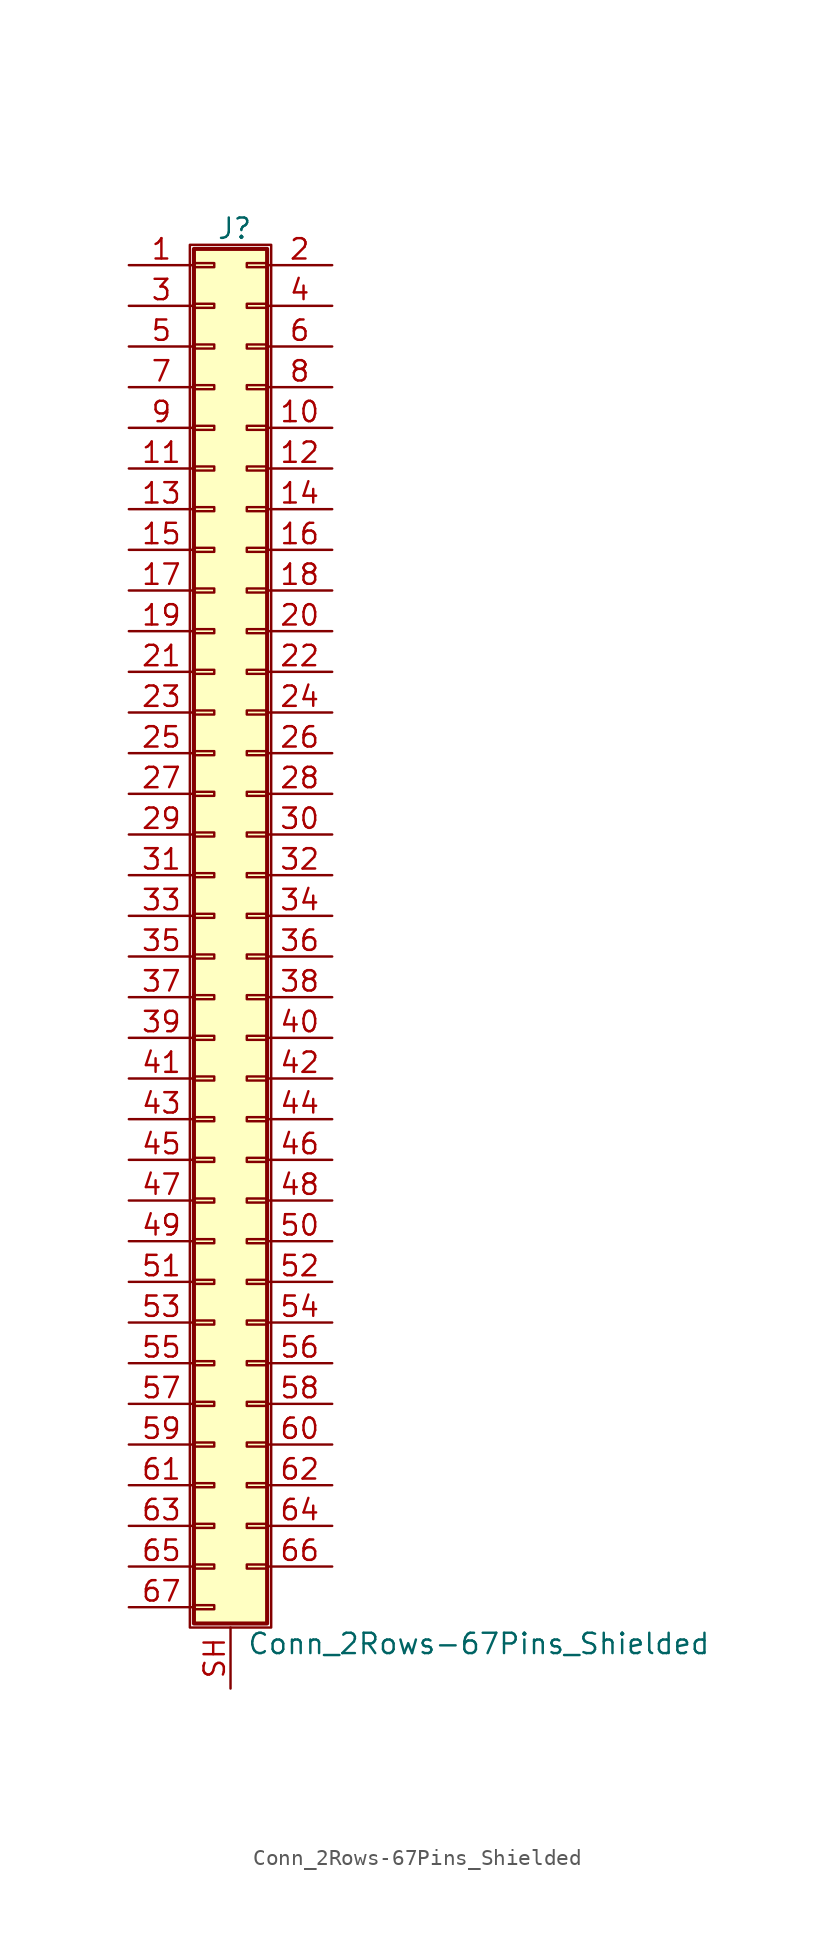
<source format=kicad_sym>
(kicad_symbol_lib
  (version 20201005)
  (generator kicad_symbol_editor)
  (symbol "Connector_Generic_Shielded:Conn_2Rows-67Pins_Shielded"
    (pin_names
      (offset 1.016) hide)
    (property "Reference" "J"
      (at 1.524 42.926 0)
      (effects (font (size 1.27 1.27))))
    (property "Value" "Conn_2Rows-67Pins_Shielded"
      (at 2.286 -45.466 0)
      (effects (font (size 1.27 1.27)) (justify left)))
    (symbol "Conn_2Rows-67Pins_Shielded_1_1"
      (rectangle (start -1.016 -27.813) (end 0.254 -28.067) (stroke (width 0.152)) (fill (type none)))
      (rectangle (start -1.016 -30.353) (end 0.254 -30.607) (stroke (width 0.152)) (fill (type none)))
      (rectangle (start -1.016 -32.893) (end 0.254 -33.147) (stroke (width 0.152)) (fill (type none)))
      (rectangle (start -1.016 -35.433) (end 0.254 -35.687) (stroke (width 0.152)) (fill (type none)))
      (rectangle (start -1.016 -37.973) (end 0.254 -38.227) (stroke (width 0.152)) (fill (type none)))
      (rectangle (start -1.016 -40.513) (end 0.254 -40.767) (stroke (width 0.152)) (fill (type none)))
      (rectangle (start -1.016 -43.053) (end 0.254 -43.307) (stroke (width 0.152)) (fill (type none)))
      (rectangle (start -1.016 -4.953) (end 0.254 -5.207) (stroke (width 0.152)) (fill (type none)))
      (rectangle (start -1.016 -7.493) (end 0.254 -7.747) (stroke (width 0.152)) (fill (type none)))
      (rectangle (start -1.016 -10.033) (end 0.254 -10.287) (stroke (width 0.152)) (fill (type none)))
      (rectangle (start -1.016 -12.573) (end 0.254 -12.827) (stroke (width 0.152)) (fill (type none)))
      (rectangle (start -1.016 -15.113) (end 0.254 -15.367) (stroke (width 0.152)) (fill (type none)))
      (rectangle (start -1.016 -17.653) (end 0.254 -17.907) (stroke (width 0.152)) (fill (type none)))
      (rectangle (start -1.016 -20.193) (end 0.254 -20.447) (stroke (width 0.152)) (fill (type none)))
      (rectangle (start -1.016 -22.733) (end 0.254 -22.987) (stroke (width 0.152)) (fill (type none)))
      (rectangle (start -1.016 -2.413) (end 0.254 -2.667) (stroke (width 0.152)) (fill (type none)))
      (rectangle (start -1.016 -25.273) (end 0.254 -25.527) (stroke (width 0.152)) (fill (type none)))
      (rectangle (start -1.016 25.527) (end 0.254 25.273) (stroke (width 0.152)) (fill (type none)))
      (rectangle (start -1.016 2.667) (end 0.254 2.413) (stroke (width 0.152)) (fill (type none)))
      (rectangle (start -1.016 28.067) (end 0.254 27.813) (stroke (width 0.152)) (fill (type none)))
      (rectangle (start -1.016 30.607) (end 0.254 30.353) (stroke (width 0.152)) (fill (type none)))
      (rectangle (start -1.016 33.147) (end 0.254 32.893) (stroke (width 0.152)) (fill (type none)))
      (rectangle (start -1.016 35.687) (end 0.254 35.433) (stroke (width 0.152)) (fill (type none)))
      (rectangle (start -1.016 38.227) (end 0.254 37.973) (stroke (width 0.152)) (fill (type none)))
      (rectangle (start -1.016 40.767) (end 0.254 40.513) (stroke (width 0.152)) (fill (type none)))
      (rectangle (start -1.016 41.656) (end 3.556 -44.196) (stroke (width 0.254)) (fill (type background)))
      (rectangle (start -1.016 5.207) (end 0.254 4.953) (stroke (width 0.152)) (fill (type none)))
      (rectangle (start -1.016 7.747) (end 0.254 7.493) (stroke (width 0.152)) (fill (type none)))
      (rectangle (start -1.016 10.287) (end 0.254 10.033) (stroke (width 0.152)) (fill (type none)))
      (rectangle (start -1.016 0.127) (end 0.254 -0.127) (stroke (width 0.152)) (fill (type none)))
      (rectangle (start -1.016 12.827) (end 0.254 12.573) (stroke (width 0.152)) (fill (type none)))
      (rectangle (start -1.016 15.367) (end 0.254 15.113) (stroke (width 0.152)) (fill (type none)))
      (rectangle (start -1.016 17.907) (end 0.254 17.653) (stroke (width 0.152)) (fill (type none)))
      (rectangle (start -1.016 20.447) (end 0.254 20.193) (stroke (width 0.152)) (fill (type none)))
      (rectangle (start -1.016 22.987) (end 0.254 22.733) (stroke (width 0.152)) (fill (type none)))
      (rectangle (start -1.27 41.91) (end 3.81 -44.45) (stroke (width 0.152)) (fill (type none)))
      (rectangle (start 3.556 -27.813) (end 2.286 -28.067) (stroke (width 0.152)) (fill (type none)))
      (rectangle (start 3.556 -30.353) (end 2.286 -30.607) (stroke (width 0.152)) (fill (type none)))
      (rectangle (start 3.556 -32.893) (end 2.286 -33.147) (stroke (width 0.152)) (fill (type none)))
      (rectangle (start 3.556 -35.433) (end 2.286 -35.687) (stroke (width 0.152)) (fill (type none)))
      (rectangle (start 3.556 -37.973) (end 2.286 -38.227) (stroke (width 0.152)) (fill (type none)))
      (rectangle (start 3.556 -40.513) (end 2.286 -40.767) (stroke (width 0.152)) (fill (type none)))
      (rectangle (start 3.556 -4.953) (end 2.286 -5.207) (stroke (width 0.152)) (fill (type none)))
      (rectangle (start 3.556 -7.493) (end 2.286 -7.747) (stroke (width 0.152)) (fill (type none)))
      (rectangle (start 3.556 -10.033) (end 2.286 -10.287) (stroke (width 0.152)) (fill (type none)))
      (rectangle (start 3.556 -12.573) (end 2.286 -12.827) (stroke (width 0.152)) (fill (type none)))
      (rectangle (start 3.556 -15.113) (end 2.286 -15.367) (stroke (width 0.152)) (fill (type none)))
      (rectangle (start 3.556 -17.653) (end 2.286 -17.907) (stroke (width 0.152)) (fill (type none)))
      (rectangle (start 3.556 -20.193) (end 2.286 -20.447) (stroke (width 0.152)) (fill (type none)))
      (rectangle (start 3.556 -22.733) (end 2.286 -22.987) (stroke (width 0.152)) (fill (type none)))
      (rectangle (start 3.556 -2.413) (end 2.286 -2.667) (stroke (width 0.152)) (fill (type none)))
      (rectangle (start 3.556 -25.273) (end 2.286 -25.527) (stroke (width 0.152)) (fill (type none)))
      (rectangle (start 3.556 25.527) (end 2.286 25.273) (stroke (width 0.152)) (fill (type none)))
      (rectangle (start 3.556 2.667) (end 2.286 2.413) (stroke (width 0.152)) (fill (type none)))
      (rectangle (start 3.556 28.067) (end 2.286 27.813) (stroke (width 0.152)) (fill (type none)))
      (rectangle (start 3.556 30.607) (end 2.286 30.353) (stroke (width 0.152)) (fill (type none)))
      (rectangle (start 3.556 33.147) (end 2.286 32.893) (stroke (width 0.152)) (fill (type none)))
      (rectangle (start 3.556 35.687) (end 2.286 35.433) (stroke (width 0.152)) (fill (type none)))
      (rectangle (start 3.556 38.227) (end 2.286 37.973) (stroke (width 0.152)) (fill (type none)))
      (rectangle (start 3.556 40.767) (end 2.286 40.513) (stroke (width 0.152)) (fill (type none)))
      (rectangle (start 3.556 5.207) (end 2.286 4.953) (stroke (width 0.152)) (fill (type none)))
      (rectangle (start 3.556 7.747) (end 2.286 7.493) (stroke (width 0.152)) (fill (type none)))
      (rectangle (start 3.556 10.287) (end 2.286 10.033) (stroke (width 0.152)) (fill (type none)))
      (rectangle (start 3.556 0.127) (end 2.286 -0.127) (stroke (width 0.152)) (fill (type none)))
      (rectangle (start 3.556 12.827) (end 2.286 12.573) (stroke (width 0.152)) (fill (type none)))
      (rectangle (start 3.556 15.367) (end 2.286 15.113) (stroke (width 0.152)) (fill (type none)))
      (rectangle (start 3.556 17.907) (end 2.286 17.653) (stroke (width 0.152)) (fill (type none)))
      (rectangle (start 3.556 20.447) (end 2.286 20.193) (stroke (width 0.152)) (fill (type none)))
      (rectangle (start 3.556 22.987) (end 2.286 22.733) (stroke (width 0.152)) (fill (type none)))
      (pin passive line (at -5.08 40.64 0) (length 4.064) (name "Pin_1" (effects (font (size 1.27 1.27)))) (number "1" (effects (font (size 1.27 1.27)))))
      (pin passive line (at 7.62 30.48 180) (length 4.064) (name "Pin_10" (effects (font (size 1.27 1.27)))) (number "10" (effects (font (size 1.27 1.27)))))
      (pin passive line (at -5.08 27.94 0) (length 4.064) (name "Pin_11" (effects (font (size 1.27 1.27)))) (number "11" (effects (font (size 1.27 1.27)))))
      (pin passive line (at 7.62 27.94 180) (length 4.064) (name "Pin_12" (effects (font (size 1.27 1.27)))) (number "12" (effects (font (size 1.27 1.27)))))
      (pin passive line (at -5.08 25.4 0) (length 4.064) (name "Pin_13" (effects (font (size 1.27 1.27)))) (number "13" (effects (font (size 1.27 1.27)))))
      (pin passive line (at 7.62 25.4 180) (length 4.064) (name "Pin_14" (effects (font (size 1.27 1.27)))) (number "14" (effects (font (size 1.27 1.27)))))
      (pin passive line (at -5.08 22.86 0) (length 4.064) (name "Pin_15" (effects (font (size 1.27 1.27)))) (number "15" (effects (font (size 1.27 1.27)))))
      (pin passive line (at 7.62 22.86 180) (length 4.064) (name "Pin_16" (effects (font (size 1.27 1.27)))) (number "16" (effects (font (size 1.27 1.27)))))
      (pin passive line (at -5.08 20.32 0) (length 4.064) (name "Pin_17" (effects (font (size 1.27 1.27)))) (number "17" (effects (font (size 1.27 1.27)))))
      (pin passive line (at 7.62 20.32 180) (length 4.064) (name "Pin_18" (effects (font (size 1.27 1.27)))) (number "18" (effects (font (size 1.27 1.27)))))
      (pin passive line (at -5.08 17.78 0) (length 4.064) (name "Pin_19" (effects (font (size 1.27 1.27)))) (number "19" (effects (font (size 1.27 1.27)))))
      (pin passive line (at 7.62 40.64 180) (length 4.064) (name "Pin_2" (effects (font (size 1.27 1.27)))) (number "2" (effects (font (size 1.27 1.27)))))
      (pin passive line (at 7.62 17.78 180) (length 4.064) (name "Pin_20" (effects (font (size 1.27 1.27)))) (number "20" (effects (font (size 1.27 1.27)))))
      (pin passive line (at -5.08 15.24 0) (length 4.064) (name "Pin_21" (effects (font (size 1.27 1.27)))) (number "21" (effects (font (size 1.27 1.27)))))
      (pin passive line (at 7.62 15.24 180) (length 4.064) (name "Pin_22" (effects (font (size 1.27 1.27)))) (number "22" (effects (font (size 1.27 1.27)))))
      (pin passive line (at -5.08 12.7 0) (length 4.064) (name "Pin_23" (effects (font (size 1.27 1.27)))) (number "23" (effects (font (size 1.27 1.27)))))
      (pin passive line (at 7.62 12.7 180) (length 4.064) (name "Pin_24" (effects (font (size 1.27 1.27)))) (number "24" (effects (font (size 1.27 1.27)))))
      (pin passive line (at -5.08 10.16 0) (length 4.064) (name "Pin_25" (effects (font (size 1.27 1.27)))) (number "25" (effects (font (size 1.27 1.27)))))
      (pin passive line (at 7.62 10.16 180) (length 4.064) (name "Pin_26" (effects (font (size 1.27 1.27)))) (number "26" (effects (font (size 1.27 1.27)))))
      (pin passive line (at -5.08 7.62 0) (length 4.064) (name "Pin_27" (effects (font (size 1.27 1.27)))) (number "27" (effects (font (size 1.27 1.27)))))
      (pin passive line (at 7.62 7.62 180) (length 4.064) (name "Pin_28" (effects (font (size 1.27 1.27)))) (number "28" (effects (font (size 1.27 1.27)))))
      (pin passive line (at -5.08 5.08 0) (length 4.064) (name "Pin_29" (effects (font (size 1.27 1.27)))) (number "29" (effects (font (size 1.27 1.27)))))
      (pin passive line (at -5.08 38.1 0) (length 4.064) (name "Pin_3" (effects (font (size 1.27 1.27)))) (number "3" (effects (font (size 1.27 1.27)))))
      (pin passive line (at 7.62 5.08 180) (length 4.064) (name "Pin_30" (effects (font (size 1.27 1.27)))) (number "30" (effects (font (size 1.27 1.27)))))
      (pin passive line (at -5.08 2.54 0) (length 4.064) (name "Pin_31" (effects (font (size 1.27 1.27)))) (number "31" (effects (font (size 1.27 1.27)))))
      (pin passive line (at 7.62 2.54 180) (length 4.064) (name "Pin_32" (effects (font (size 1.27 1.27)))) (number "32" (effects (font (size 1.27 1.27)))))
      (pin passive line (at -5.08 0 0) (length 4.064) (name "Pin_33" (effects (font (size 1.27 1.27)))) (number "33" (effects (font (size 1.27 1.27)))))
      (pin passive line (at 7.62 0 180) (length 4.064) (name "Pin_34" (effects (font (size 1.27 1.27)))) (number "34" (effects (font (size 1.27 1.27)))))
      (pin passive line (at -5.08 -2.54 0) (length 4.064) (name "Pin_35" (effects (font (size 1.27 1.27)))) (number "35" (effects (font (size 1.27 1.27)))))
      (pin passive line (at 7.62 -2.54 180) (length 4.064) (name "Pin_36" (effects (font (size 1.27 1.27)))) (number "36" (effects (font (size 1.27 1.27)))))
      (pin passive line (at -5.08 -5.08 0) (length 4.064) (name "Pin_37" (effects (font (size 1.27 1.27)))) (number "37" (effects (font (size 1.27 1.27)))))
      (pin passive line (at 7.62 -5.08 180) (length 4.064) (name "Pin_38" (effects (font (size 1.27 1.27)))) (number "38" (effects (font (size 1.27 1.27)))))
      (pin passive line (at -5.08 -7.62 0) (length 4.064) (name "Pin_39" (effects (font (size 1.27 1.27)))) (number "39" (effects (font (size 1.27 1.27)))))
      (pin passive line (at 7.62 38.1 180) (length 4.064) (name "Pin_4" (effects (font (size 1.27 1.27)))) (number "4" (effects (font (size 1.27 1.27)))))
      (pin passive line (at 7.62 -7.62 180) (length 4.064) (name "Pin_40" (effects (font (size 1.27 1.27)))) (number "40" (effects (font (size 1.27 1.27)))))
      (pin passive line (at -5.08 -10.16 0) (length 4.064) (name "Pin_41" (effects (font (size 1.27 1.27)))) (number "41" (effects (font (size 1.27 1.27)))))
      (pin passive line (at 7.62 -10.16 180) (length 4.064) (name "Pin_42" (effects (font (size 1.27 1.27)))) (number "42" (effects (font (size 1.27 1.27)))))
      (pin passive line (at -5.08 -12.7 0) (length 4.064) (name "Pin_43" (effects (font (size 1.27 1.27)))) (number "43" (effects (font (size 1.27 1.27)))))
      (pin passive line (at 7.62 -12.7 180) (length 4.064) (name "Pin_44" (effects (font (size 1.27 1.27)))) (number "44" (effects (font (size 1.27 1.27)))))
      (pin passive line (at -5.08 -15.24 0) (length 4.064) (name "Pin_45" (effects (font (size 1.27 1.27)))) (number "45" (effects (font (size 1.27 1.27)))))
      (pin passive line (at 7.62 -15.24 180) (length 4.064) (name "Pin_46" (effects (font (size 1.27 1.27)))) (number "46" (effects (font (size 1.27 1.27)))))
      (pin passive line (at -5.08 -17.78 0) (length 4.064) (name "Pin_47" (effects (font (size 1.27 1.27)))) (number "47" (effects (font (size 1.27 1.27)))))
      (pin passive line (at 7.62 -17.78 180) (length 4.064) (name "Pin_48" (effects (font (size 1.27 1.27)))) (number "48" (effects (font (size 1.27 1.27)))))
      (pin passive line (at -5.08 -20.32 0) (length 4.064) (name "Pin_49" (effects (font (size 1.27 1.27)))) (number "49" (effects (font (size 1.27 1.27)))))
      (pin passive line (at -5.08 35.56 0) (length 4.064) (name "Pin_5" (effects (font (size 1.27 1.27)))) (number "5" (effects (font (size 1.27 1.27)))))
      (pin passive line (at 7.62 -20.32 180) (length 4.064) (name "Pin_50" (effects (font (size 1.27 1.27)))) (number "50" (effects (font (size 1.27 1.27)))))
      (pin passive line (at -5.08 -22.86 0) (length 4.064) (name "Pin_51" (effects (font (size 1.27 1.27)))) (number "51" (effects (font (size 1.27 1.27)))))
      (pin passive line (at 7.62 -22.86 180) (length 4.064) (name "Pin_52" (effects (font (size 1.27 1.27)))) (number "52" (effects (font (size 1.27 1.27)))))
      (pin passive line (at -5.08 -25.4 0) (length 4.064) (name "Pin_53" (effects (font (size 1.27 1.27)))) (number "53" (effects (font (size 1.27 1.27)))))
      (pin passive line (at 7.62 -25.4 180) (length 4.064) (name "Pin_54" (effects (font (size 1.27 1.27)))) (number "54" (effects (font (size 1.27 1.27)))))
      (pin passive line (at -5.08 -27.94 0) (length 4.064) (name "Pin_55" (effects (font (size 1.27 1.27)))) (number "55" (effects (font (size 1.27 1.27)))))
      (pin passive line (at 7.62 -27.94 180) (length 4.064) (name "Pin_56" (effects (font (size 1.27 1.27)))) (number "56" (effects (font (size 1.27 1.27)))))
      (pin passive line (at -5.08 -30.48 0) (length 4.064) (name "Pin_57" (effects (font (size 1.27 1.27)))) (number "57" (effects (font (size 1.27 1.27)))))
      (pin passive line (at 7.62 -30.48 180) (length 4.064) (name "Pin_58" (effects (font (size 1.27 1.27)))) (number "58" (effects (font (size 1.27 1.27)))))
      (pin passive line (at -5.08 -33.02 0) (length 4.064) (name "Pin_59" (effects (font (size 1.27 1.27)))) (number "59" (effects (font (size 1.27 1.27)))))
      (pin passive line (at 7.62 35.56 180) (length 4.064) (name "Pin_6" (effects (font (size 1.27 1.27)))) (number "6" (effects (font (size 1.27 1.27)))))
      (pin passive line (at 7.62 -33.02 180) (length 4.064) (name "Pin_60" (effects (font (size 1.27 1.27)))) (number "60" (effects (font (size 1.27 1.27)))))
      (pin passive line (at -5.08 -35.56 0) (length 4.064) (name "Pin_61" (effects (font (size 1.27 1.27)))) (number "61" (effects (font (size 1.27 1.27)))))
      (pin passive line (at 7.62 -35.56 180) (length 4.064) (name "Pin_62" (effects (font (size 1.27 1.27)))) (number "62" (effects (font (size 1.27 1.27)))))
      (pin passive line (at -5.08 -38.1 0) (length 4.064) (name "Pin_63" (effects (font (size 1.27 1.27)))) (number "63" (effects (font (size 1.27 1.27)))))
      (pin passive line (at 7.62 -38.1 180) (length 4.064) (name "Pin_64" (effects (font (size 1.27 1.27)))) (number "64" (effects (font (size 1.27 1.27)))))
      (pin passive line (at -5.08 -40.64 0) (length 4.064) (name "Pin_65" (effects (font (size 1.27 1.27)))) (number "65" (effects (font (size 1.27 1.27)))))
      (pin passive line (at 7.62 -40.64 180) (length 4.064) (name "Pin_66" (effects (font (size 1.27 1.27)))) (number "66" (effects (font (size 1.27 1.27)))))
      (pin passive line (at -5.08 -43.18 0) (length 4.064) (name "Pin_67" (effects (font (size 1.27 1.27)))) (number "67" (effects (font (size 1.27 1.27)))))
      (pin passive line (at -5.08 33.02 0) (length 4.064) (name "Pin_7" (effects (font (size 1.27 1.27)))) (number "7" (effects (font (size 1.27 1.27)))))
      (pin passive line (at 7.62 33.02 180) (length 4.064) (name "Pin_8" (effects (font (size 1.27 1.27)))) (number "8" (effects (font (size 1.27 1.27)))))
      (pin passive line (at -5.08 30.48 0) (length 4.064) (name "Pin_9" (effects (font (size 1.27 1.27)))) (number "9" (effects (font (size 1.27 1.27)))))
      (pin passive line (at 1.27 -48.26 90) (length 3.81) (name "Shield" (effects (font (size 1.27 1.27)))) (number "SH" (effects (font (size 1.27 1.27))))))))
</source>
